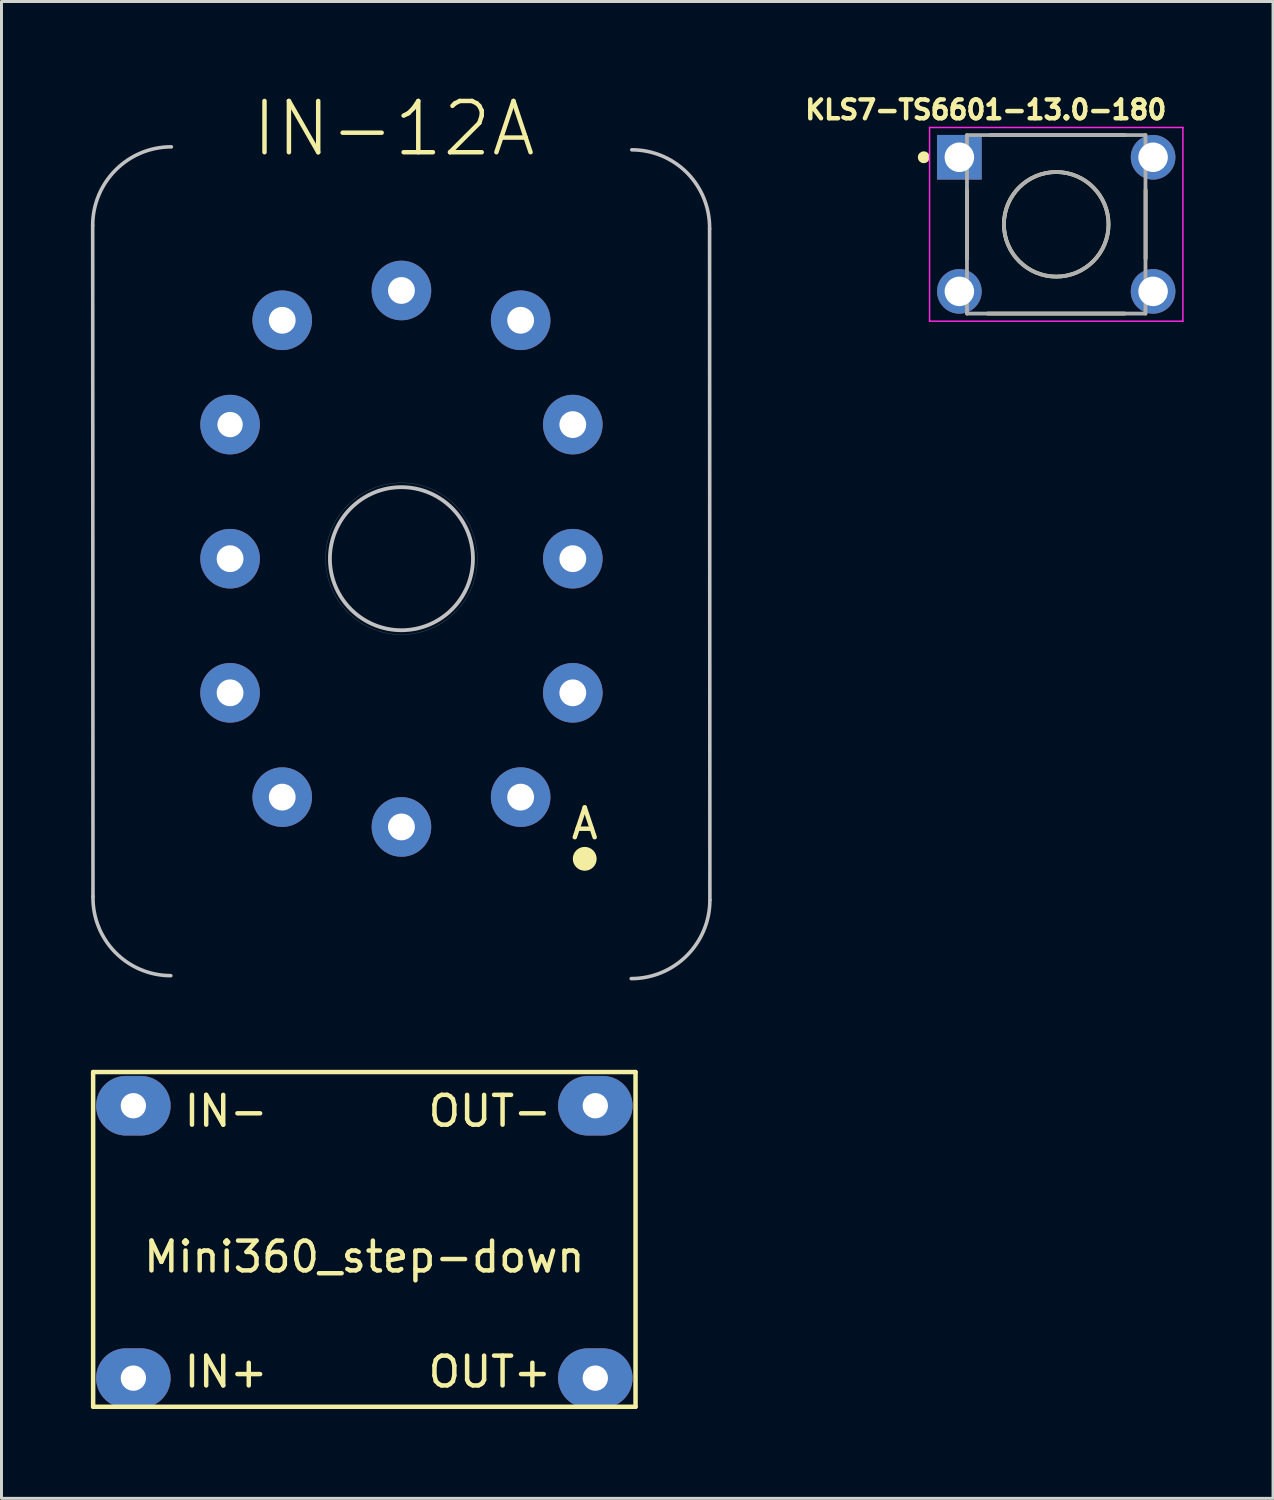
<source format=kicad_pcb>
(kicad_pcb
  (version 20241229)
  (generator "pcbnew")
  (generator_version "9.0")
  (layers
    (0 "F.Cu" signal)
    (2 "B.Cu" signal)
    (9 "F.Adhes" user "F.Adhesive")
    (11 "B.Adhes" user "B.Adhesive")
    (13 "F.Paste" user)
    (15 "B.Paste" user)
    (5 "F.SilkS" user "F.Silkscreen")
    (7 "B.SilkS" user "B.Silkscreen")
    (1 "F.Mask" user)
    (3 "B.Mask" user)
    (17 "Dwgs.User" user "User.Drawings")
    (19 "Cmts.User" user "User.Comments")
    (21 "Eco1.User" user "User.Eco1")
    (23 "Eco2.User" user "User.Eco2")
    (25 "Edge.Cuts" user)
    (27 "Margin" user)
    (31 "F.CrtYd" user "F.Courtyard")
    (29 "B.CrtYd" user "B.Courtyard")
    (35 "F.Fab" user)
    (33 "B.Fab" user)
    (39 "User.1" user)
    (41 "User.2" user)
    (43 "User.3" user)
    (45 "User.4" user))
  (footprint "KLS7-TS6601-13.0-180"
    (layer "F.Cu")
    (at 32.391 4.477)
    (property "Reference" "KLS7-TS6601-13.0-180" (at -2.363 -3.844 0) (layer "F.SilkS") (effects (font (size 0.631 0.631) (thickness 0.15))))
    (attr through_hole)
    (fp_line (start -2.995 -1.15) (end -2.995 1.15) (stroke (width 0.127) (type solid)) (layer "F.SilkS"))
    (fp_line (start -2.2 -2.995) (end 2.3 -2.995) (stroke (width 0.127) (type solid)) (layer "F.SilkS"))
    (fp_line (start 2.3 2.995) (end -2.3 2.995) (stroke (width 0.127) (type solid)) (layer "F.SilkS"))
    (fp_line (start 3 -1.15) (end 3 1.15) (stroke (width 0.127) (type solid)) (layer "F.SilkS"))
    (fp_circle (center -4.445 -2.25) (end -4.345 -2.25) (stroke (width 0.2) (type solid)) (fill no) (layer "F.SilkS"))
    (fp_circle (center 0 0) (end 1.755 0) (stroke (width 0.127) (type solid)) (fill no) (layer "F.SilkS"))
    (fp_line (start -4.25 -3.25) (end -4.25 3.25) (stroke (width 0.05) (type solid)) (layer "F.CrtYd"))
    (fp_line (start -4.25 3.25) (end 4.25 3.25) (stroke (width 0.05) (type solid)) (layer "F.CrtYd"))
    (fp_line (start 4.25 -3.25) (end -4.25 -3.25) (stroke (width 0.05) (type solid)) (layer "F.CrtYd"))
    (fp_line (start 4.25 3.25) (end 4.25 -3.25) (stroke (width 0.05) (type solid)) (layer "F.CrtYd"))
    (fp_line (start -2.995 -2.995) (end -2.995 2.995) (stroke (width 0.127) (type solid)) (layer "F.Fab"))
    (fp_line (start -2.995 2.995) (end 2.995 2.995) (stroke (width 0.127) (type solid)) (layer "F.Fab"))
    (fp_line (start 2.995 -2.995) (end -2.995 -2.995) (stroke (width 0.127) (type solid)) (layer "F.Fab"))
    (fp_line (start 2.995 2.995) (end 2.995 -2.995) (stroke (width 0.127) (type solid)) (layer "F.Fab"))
    (fp_circle (center 0 0) (end 1.755 0) (stroke (width 0.127) (type solid)) (fill no) (layer "F.Fab"))
    (pad "1" thru_hole rect (at -3.25 -2.25) (size 1.498 1.498) (drill 0.99) (layers "*.Cu" "*.Mask"))
    (pad "2" thru_hole circle (at 3.25 -2.25) (size 1.498 1.498) (drill 0.99) (layers "*.Cu" "*.Mask"))
    (pad "3" thru_hole circle (at -3.25 2.25) (size 1.498 1.498) (drill 0.99) (layers "*.Cu" "*.Mask"))
    (pad "4" thru_hole circle (at 3.25 2.25) (size 1.498 1.498) (drill 0.99) (layers "*.Cu" "*.Mask")))
  (footprint "Mini360_step-down"
    (layer "F.Cu")
    (at 9.175 38.622)
    (property "Reference" "Mini360_step-down" (at 0 0.5 0) (layer "F.SilkS") (effects (font (size 1 1) (thickness 0.15))))
    (attr through_hole)
    (fp_line (start -9.1 -5.7) (end -9.1 5.53) (stroke (width 0.15) (type solid)) (layer "F.SilkS"))
    (fp_line (start -9.1 -5.7) (end 9.1 -5.7) (stroke (width 0.15) (type solid)) (layer "F.SilkS"))
    (fp_line (start 9.1 5.53) (end -9.1 5.53) (stroke (width 0.15) (type solid)) (layer "F.SilkS"))
    (fp_line (start 9.1 5.53) (end 9.1 -5.7) (stroke (width 0.15) (type solid)) (layer "F.SilkS"))
    (fp_text user "IN-" (at -4.64 -4.39 0) (unlocked yes) (layer "F.SilkS") (effects (font (size 1 1) (thickness 0.15))))
    (fp_text user "OUT+" (at 4.21 4.36 0) (unlocked yes) (layer "F.SilkS") (effects (font (size 1 1) (thickness 0.15))))
    (fp_text user "IN+" (at -4.64 4.36 0) (unlocked yes) (layer "F.SilkS") (effects (font (size 1 1) (thickness 0.15))))
    (fp_text user "OUT-" (at 4.21 -4.39 0) (unlocked yes) (layer "F.SilkS") (effects (font (size 1 1) (thickness 0.15))))
    (pad "1" thru_hole oval (at -7.75 -4.57) (size 2.5 2) (drill 0.85) (layers "*.Cu" "*.Mask"))
    (pad "2" thru_hole oval (at -7.75 4.57) (size 2.5 2) (drill 0.85) (layers "*.Cu" "*.Mask"))
    (pad "3" thru_hole oval (at 7.75 -4.57) (size 2.5 2) (drill 0.85) (layers "*.Cu" "*.Mask"))
    (pad "4" thru_hole oval (at 7.75 4.57) (size 2.5 2) (drill 0.85) (layers "*.Cu" "*.Mask")))
  (footprint "IN-12A"
    (layer "F.Cu")
    (at 10.42 15.697)
    (property "Reference" "IN-12A" (at -0.254 -14.427 0) (layer "F.SilkS") (effects (font (size 1.72 1.72) (thickness 0.15))))
    (attr through_hole)
    (fp_circle (center 6.15 10.07) (end 6.35 10.07) (stroke (width 0.4) (type solid)) (fill no) (layer "F.SilkS"))
    (fp_poly (pts (xy -8.89 5.08) (xy -8.89 -8.89) (xy -8.885 -9.089) (xy -8.869 -9.288) (xy -8.843 -9.486) (xy -8.807 -9.682) (xy -8.76 -9.876) (xy -8.704 -10.067) (xy -8.637 -10.255) (xy -8.561 -10.44) (xy -8.475 -10.62) (xy -8.38 -10.795) (xy -8.275 -10.965) (xy -8.162 -11.129) (xy -8.041 -11.288) (xy -7.911 -11.439) (xy -7.774 -11.584) (xy -7.629 -11.721) (xy -7.478 -11.851) (xy -7.319 -11.972) (xy -7.155 -12.085) (xy -6.985 -12.19) (xy -6.81 -12.285) (xy -6.63 -12.371) (xy -6.445 -12.447) (xy -6.257 -12.514) (xy -6.066 -12.57) (xy -5.872 -12.617) (xy -5.676 -12.653) (xy -5.478 -12.679) (xy -5.279 -12.695) (xy -5.08 -12.7) (xy 3.81 -12.7) (xy 4.076 -12.693) (xy 4.341 -12.672) (xy 4.605 -12.637) (xy 4.866 -12.589) (xy 5.125 -12.527) (xy 5.38 -12.451) (xy 5.631 -12.363) (xy 5.876 -12.261) (xy 6.116 -12.146) (xy 6.35 -12.019) (xy 6.577 -11.88) (xy 6.796 -11.73) (xy 7.007 -11.568) (xy 7.209 -11.395) (xy 7.402 -11.212) (xy 7.585 -11.019) (xy 7.758 -10.817) (xy 7.92 -10.606) (xy 8.07 -10.387) (xy 8.209 -10.16) (xy 8.336 -9.926) (xy 8.451 -9.686) (xy 8.553 -9.441) (xy 8.641 -9.19) (xy 8.717 -8.935) (xy 8.779 -8.676) (xy 8.827 -8.415) (xy 8.862 -8.151) (xy 8.883 -7.886) (xy 8.89 -7.62) (xy 8.89 -1.27) (xy 8.89 6.35) (xy 8.89 8.89) (xy 8.885 9.089) (xy 8.869 9.288) (xy 8.843 9.486) (xy 8.807 9.682) (xy 8.76 9.876) (xy 8.704 10.067) (xy 8.637 10.255) (xy 8.561 10.44) (xy 8.475 10.62) (xy 8.38 10.795) (xy 8.275 10.965) (xy 8.162 11.129) (xy 8.041 11.288) (xy 7.911 11.439) (xy 7.774 11.584) (xy 7.629 11.721) (xy 7.478 11.851) (xy 7.319 11.972) (xy 7.155 12.085) (xy 6.985 12.19) (xy 6.81 12.285) (xy 6.63 12.371) (xy 6.445 12.447) (xy 6.257 12.514) (xy 6.066 12.57) (xy 5.872 12.617) (xy 5.676 12.653) (xy 5.478 12.679) (xy 5.279 12.695) (xy 5.08 12.7) (xy -3.81 12.7) (xy -5.08 12.7) (xy -5.279 12.695) (xy -5.478 12.679) (xy -5.676 12.653) (xy -5.872 12.617) (xy -6.066 12.57) (xy -6.257 12.514) (xy -6.445 12.447) (xy -6.63 12.371) (xy -6.81 12.285) (xy -6.985 12.19) (xy -7.155 12.085) (xy -7.319 11.972) (xy -7.478 11.851) (xy -7.629 11.721) (xy -7.774 11.584) (xy -7.911 11.439) (xy -8.041 11.288) (xy -8.162 11.129) (xy -8.275 10.965) (xy -8.38 10.795) (xy -8.475 10.62) (xy -8.561 10.44) (xy -8.637 10.255) (xy -8.704 10.067) (xy -8.76 9.876) (xy -8.807 9.682) (xy -8.843 9.486) (xy -8.869 9.288) (xy -8.885 9.089) (xy -8.89 8.89) (xy -8.89 6.35) (xy -8.89 8.89) (xy -8.885 9.089) (xy -8.869 9.288) (xy -8.843 9.486) (xy -8.807 9.682) (xy -8.76 9.876) (xy -8.704 10.067) (xy -8.637 10.255) (xy -8.561 10.44) (xy -8.475 10.62) (xy -8.38 10.795) (xy -8.275 10.965) (xy -8.162 11.129) (xy -8.041 11.288) (xy -7.911 11.439) (xy -7.774 11.584) (xy -7.629 11.721) (xy -7.478 11.851) (xy -7.319 11.972) (xy -7.155 12.085) (xy -6.985 12.19) (xy -6.81 12.285) (xy -6.63 12.371) (xy -6.445 12.447) (xy -6.257 12.514) (xy -6.066 12.57) (xy -5.872 12.617) (xy -5.676 12.653) (xy -5.478 12.679) (xy -5.279 12.695) (xy -5.08 12.7) (xy 5.08 12.7) (xy 5.279 12.695) (xy 5.478 12.679) (xy 5.676 12.653) (xy 5.872 12.617) (xy 6.066 12.57) (xy 6.257 12.514) (xy 6.445 12.447) (xy 6.63 12.371) (xy 6.81 12.285) (xy 6.985 12.19) (xy 7.155 12.085) (xy 7.319 11.972) (xy 7.478 11.851) (xy 7.629 11.721) (xy 7.774 11.584) (xy 7.911 11.439) (xy 8.041 11.288) (xy 8.162 11.129) (xy 8.275 10.965) (xy 8.38 10.795) (xy 8.475 10.62) (xy 8.561 10.44) (xy 8.637 10.255) (xy 8.704 10.067) (xy 8.76 9.876) (xy 8.807 9.682) (xy 8.843 9.486) (xy 8.869 9.288) (xy 8.885 9.089) (xy 8.89 8.89) (xy 8.89 6.35) (xy 8.89 -7.62) (xy 8.883 -7.886) (xy 8.862 -8.151) (xy 8.827 -8.415) (xy 8.779 -8.676) (xy 8.717 -8.935) (xy 8.641 -9.19) (xy 8.553 -9.441) (xy 8.451 -9.686) (xy 8.336 -9.926) (xy 8.209 -10.16) (xy 8.07 -10.387) (xy 7.92 -10.606) (xy 7.758 -10.817) (xy 7.585 -11.019) (xy 7.402 -11.212) (xy 7.209 -11.395) (xy 7.007 -11.568) (xy 6.796 -11.73) (xy 6.577 -11.88) (xy 6.35 -12.019) (xy 6.116 -12.146) (xy 5.876 -12.261) (xy 5.631 -12.363) (xy 5.38 -12.451) (xy 5.125 -12.527) (xy 4.866 -12.589) (xy 4.605 -12.637) (xy 4.341 -12.672) (xy 4.076 -12.693) (xy 3.81 -12.7) (xy 1.27 -12.7) (xy -5.08 -12.7) (xy -5.279 -12.695) (xy -5.478 -12.679) (xy -5.676 -12.653) (xy -5.872 -12.617) (xy -6.066 -12.57) (xy -6.257 -12.514) (xy -6.445 -12.447) (xy -6.63 -12.371) (xy -6.81 -12.285) (xy -6.985 -12.19) (xy -7.155 -12.085) (xy -7.319 -11.972) (xy -7.478 -11.851) (xy -7.629 -11.721) (xy -7.774 -11.584) (xy -7.911 -11.439) (xy -8.041 -11.288) (xy -8.162 -11.129) (xy -8.275 -10.965) (xy -8.38 -10.795) (xy -8.475 -10.62) (xy -8.561 -10.44) (xy -8.637 -10.255) (xy -8.704 -10.067) (xy -8.76 -9.876) (xy -8.807 -9.682) (xy -8.843 -9.486) (xy -8.869 -9.288) (xy -8.885 -9.089) (xy -8.89 -8.89) (xy -8.89 -5.08) (xy -8.89 6.35) (xy -8.89 5.08)) (stroke (width 0.127) (type solid)) (fill yes) (layer "F.SilkS"))
    (fp_line (start -10.36 -11.18) (end -10.35 11.34) (stroke (width 0.12) (type solid)) (layer "Dwgs.User"))
    (fp_line (start 10.35 11.45) (end 10.34 -11.07) (stroke (width 0.12) (type solid)) (layer "Dwgs.User"))
    (fp_arc (start -10.36 -11.18) (mid -9.586762 -13.046762) (end -7.72 -13.82) (stroke (width 0.12) (type solid)) (layer "Dwgs.User"))
    (fp_arc (start -7.738999 13.990306) (mid -9.599502 13.211925) (end -10.35 11.34) (stroke (width 0.12) (type solid)) (layer "Dwgs.User"))
    (fp_arc (start 7.728999 -13.720306) (mid 9.589502 -12.941925) (end 10.34 -11.07) (stroke (width 0.12) (type solid)) (layer "Dwgs.User"))
    (fp_arc (start 10.35 11.45) (mid 9.576762 13.316762) (end 7.71 14.09) (stroke (width 0.12) (type solid)) (layer "Dwgs.User"))
    (fp_circle (center 0 0) (end 2.4 0) (stroke (width 0.127) (type solid)) (fill no) (layer "Dwgs.User"))
    (fp_line (start 2.546 0.000001) (end 2.546 0.000001) (stroke (width 0.004) (type solid)) (layer "Edge.Cuts"))
    (fp_curve (pts (xy -2.546 0.000001) (xy -2.546 -0.675) (xy -2.278 -1.323) (xy -1.8 -1.8)) (stroke (width 0.004) (type solid)) (layer "Edge.Cuts"))
    (fp_curve (pts (xy -1.8 -1.8) (xy -1.323 -2.278) (xy -0.675 -2.546) (xy -0.000001 -2.546)) (stroke (width 0.004) (type solid)) (layer "Edge.Cuts"))
    (fp_curve (pts (xy -0.000001 -2.546) (xy 0.675 -2.546) (xy 1.323 -2.278) (xy 1.8 -1.8)) (stroke (width 0.004) (type solid)) (layer "Edge.Cuts"))
    (fp_curve (pts (xy -0.000001 2.546) (xy -1.406 2.546) (xy -2.546 1.406) (xy -2.546 0.000001)) (stroke (width 0.004) (type solid)) (layer "Edge.Cuts"))
    (fp_curve (pts (xy 1.8 -1.8) (xy 2.278 -1.323) (xy 2.546 -0.675) (xy 2.546 0.000001)) (stroke (width 0.004) (type solid)) (layer "Edge.Cuts"))
    (fp_curve (pts (xy 2.546 0.000001) (xy 2.546 1.406) (xy 1.406 2.546) (xy -0.000001 2.546)) (stroke (width 0.004) (type solid)) (layer "Edge.Cuts"))
    (fp_text user "A" (at 6.15 8.89 0) (layer "F.SilkS") (effects (font (size 1 1) (thickness 0.15))))
    (pad "1" thru_hole circle (at 4 8) (size 2 2) (drill 0.9) (layers "*.Cu" "*.Mask"))
    (pad "2" thru_hole circle (at 5.75 4.5) (size 2 2) (drill 0.9) (layers "*.Cu" "*.Mask"))
    (pad "3" thru_hole circle (at 5.75 0) (size 2 2) (drill 0.9) (layers "*.Cu" "*.Mask"))
    (pad "4" thru_hole circle (at 5.75 -4.5) (size 2 2) (drill 0.9) (layers "*.Cu" "*.Mask"))
    (pad "5" thru_hole circle (at 4 -8) (size 2 2) (drill 0.9) (layers "*.Cu" "*.Mask"))
    (pad "6" thru_hole circle (at 0 -9) (size 2 2) (drill 0.9) (layers "*.Cu" "*.Mask"))
    (pad "7" thru_hole circle (at -4 -8) (size 2 2) (drill 0.9) (layers "*.Cu" "*.Mask"))
    (pad "8" thru_hole circle (at -5.75 -4.5) (size 2 2) (drill 0.85) (layers "*.Cu" "*.Mask"))
    (pad "9" thru_hole circle (at -5.75 0) (size 2 2) (drill 0.9) (layers "*.Cu" "*.Mask"))
    (pad "10" thru_hole circle (at -5.75 4.5) (size 2 2) (drill 0.9) (layers "*.Cu" "*.Mask"))
    (pad "11" thru_hole circle (at -4 8) (size 2 2) (drill 0.9) (layers "*.Cu" "*.Mask"))
    (pad "12" thru_hole circle (at 0 9) (size 2 2) (drill 0.9) (layers "*.Cu" "*.Mask")))
  (gr_rect
    (start -3 -3)
    (end 39.666 47.227)
    (stroke (width 0.1) (type default))
    (fill no)
    (layer "Edge.Cuts")))
</source>
